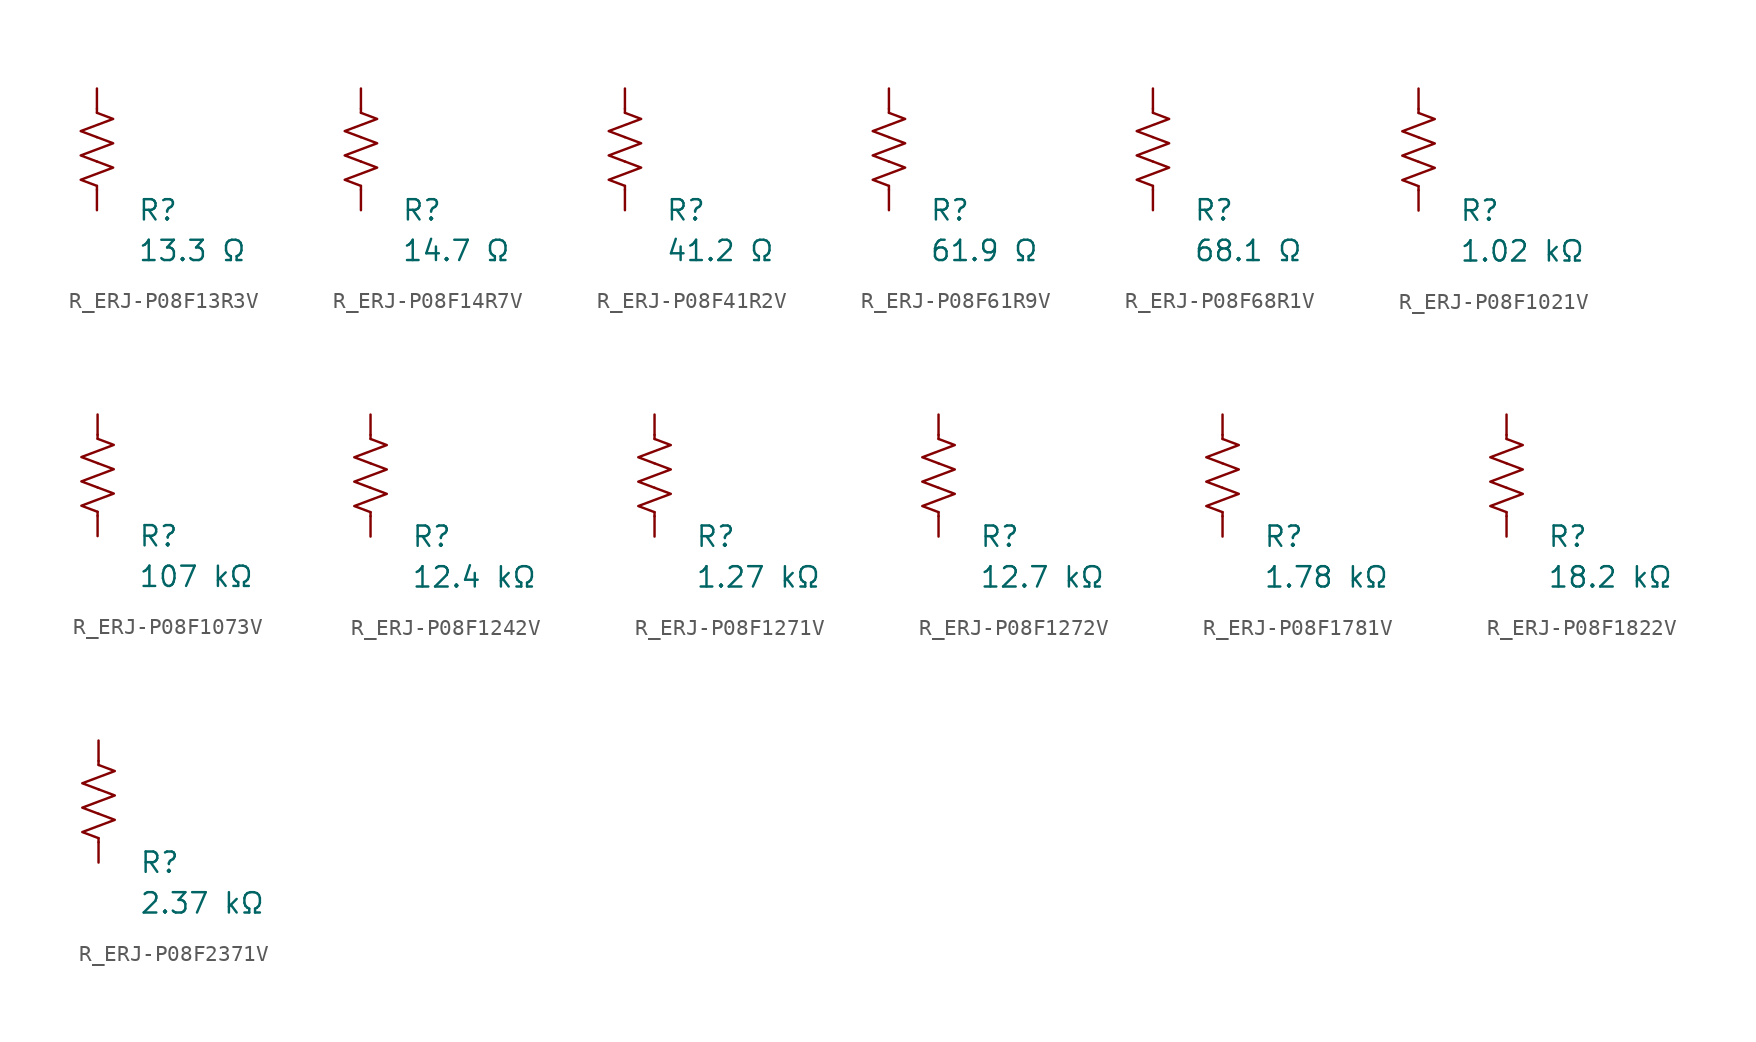
<source format=kicad_sym>
(kicad_symbol_lib
  (version 20231120)
  (generator "kicad_symbol_editor")
  (generator_version "8.0")
  (symbol "R_ERJ-P08F13R3V"
    (pin_numbers hide)
    (pin_names
      (offset 0))
    (property "Reference" "R"
      (at 2.54 -3.81 0)
      (effects (font (size 1.27 1.27)) (justify left))
      (show_name no))
    (property "Value" "13.3 Ω"
      (at 2.54 -6.35 0)
      (effects (font (size 1.27 1.27)) (justify left))
      (show_name no))
    (symbol "R_ERJ-P08F13R3V_0_1"
      (polyline (pts (xy 0 -2.286) (xy 0 -2.54)) (stroke (width 0) (type default)) (fill (type none)))
      (polyline (pts (xy 0 2.286) (xy 0 2.54)) (stroke (width 0) (type default)) (fill (type none)))
      (polyline (pts (xy 0 -0.762) (xy 1.016 -1.143) (xy 0 -1.524) (xy -1.016 -1.905) (xy 0 -2.286)) (stroke (width 0) (type default)) (fill (type none)))
      (polyline (pts (xy 0 0.762) (xy 1.016 0.381) (xy 0 0) (xy -1.016 -0.381) (xy 0 -0.762)) (stroke (width 0) (type default)) (fill (type none)))
      (polyline (pts (xy 0 2.286) (xy 1.016 1.905) (xy 0 1.524) (xy -1.016 1.143) (xy 0 0.762)) (stroke (width 0) (type default)) (fill (type none))))
    (symbol "R_ERJ-P08F13R3V_1_1"
      (pin passive line (at 0 3.81 270) (length 1.27) (name "~" (effects (font (size 1.27 1.27)))) (number "1" (effects (font (size 1.27 1.27)))))
      (pin passive line (at 0 -3.81 90) (length 1.27) (name "~" (effects (font (size 1.27 1.27)))) (number "2" (effects (font (size 1.27 1.27)))))))
  (symbol "R_ERJ-P08F14R7V"
    (pin_numbers hide)
    (pin_names
      (offset 0))
    (property "Reference" "R"
      (at 2.54 -3.81 0)
      (effects (font (size 1.27 1.27)) (justify left))
      (show_name no))
    (property "Value" "14.7 Ω"
      (at 2.54 -6.35 0)
      (effects (font (size 1.27 1.27)) (justify left))
      (show_name no))
    (symbol "R_ERJ-P08F14R7V_0_1"
      (polyline (pts (xy 0 -2.286) (xy 0 -2.54)) (stroke (width 0) (type default)) (fill (type none)))
      (polyline (pts (xy 0 2.286) (xy 0 2.54)) (stroke (width 0) (type default)) (fill (type none)))
      (polyline (pts (xy 0 -0.762) (xy 1.016 -1.143) (xy 0 -1.524) (xy -1.016 -1.905) (xy 0 -2.286)) (stroke (width 0) (type default)) (fill (type none)))
      (polyline (pts (xy 0 0.762) (xy 1.016 0.381) (xy 0 0) (xy -1.016 -0.381) (xy 0 -0.762)) (stroke (width 0) (type default)) (fill (type none)))
      (polyline (pts (xy 0 2.286) (xy 1.016 1.905) (xy 0 1.524) (xy -1.016 1.143) (xy 0 0.762)) (stroke (width 0) (type default)) (fill (type none))))
    (symbol "R_ERJ-P08F14R7V_1_1"
      (pin passive line (at 0 3.81 270) (length 1.27) (name "~" (effects (font (size 1.27 1.27)))) (number "1" (effects (font (size 1.27 1.27)))))
      (pin passive line (at 0 -3.81 90) (length 1.27) (name "~" (effects (font (size 1.27 1.27)))) (number "2" (effects (font (size 1.27 1.27)))))))
  (symbol "R_ERJ-P08F41R2V"
    (pin_numbers hide)
    (pin_names
      (offset 0))
    (property "Reference" "R"
      (at 2.54 -3.81 0)
      (effects (font (size 1.27 1.27)) (justify left))
      (show_name no))
    (property "Value" "41.2 Ω"
      (at 2.54 -6.35 0)
      (effects (font (size 1.27 1.27)) (justify left))
      (show_name no))
    (symbol "R_ERJ-P08F41R2V_0_1"
      (polyline (pts (xy 0 -2.286) (xy 0 -2.54)) (stroke (width 0) (type default)) (fill (type none)))
      (polyline (pts (xy 0 2.286) (xy 0 2.54)) (stroke (width 0) (type default)) (fill (type none)))
      (polyline (pts (xy 0 -0.762) (xy 1.016 -1.143) (xy 0 -1.524) (xy -1.016 -1.905) (xy 0 -2.286)) (stroke (width 0) (type default)) (fill (type none)))
      (polyline (pts (xy 0 0.762) (xy 1.016 0.381) (xy 0 0) (xy -1.016 -0.381) (xy 0 -0.762)) (stroke (width 0) (type default)) (fill (type none)))
      (polyline (pts (xy 0 2.286) (xy 1.016 1.905) (xy 0 1.524) (xy -1.016 1.143) (xy 0 0.762)) (stroke (width 0) (type default)) (fill (type none))))
    (symbol "R_ERJ-P08F41R2V_1_1"
      (pin passive line (at 0 3.81 270) (length 1.27) (name "~" (effects (font (size 1.27 1.27)))) (number "1" (effects (font (size 1.27 1.27)))))
      (pin passive line (at 0 -3.81 90) (length 1.27) (name "~" (effects (font (size 1.27 1.27)))) (number "2" (effects (font (size 1.27 1.27)))))))
  (symbol "R_ERJ-P08F61R9V"
    (pin_numbers hide)
    (pin_names
      (offset 0))
    (property "Reference" "R"
      (at 2.54 -3.81 0)
      (effects (font (size 1.27 1.27)) (justify left))
      (show_name no))
    (property "Value" "61.9 Ω"
      (at 2.54 -6.35 0)
      (effects (font (size 1.27 1.27)) (justify left))
      (show_name no))
    (symbol "R_ERJ-P08F61R9V_0_1"
      (polyline (pts (xy 0 -2.286) (xy 0 -2.54)) (stroke (width 0) (type default)) (fill (type none)))
      (polyline (pts (xy 0 2.286) (xy 0 2.54)) (stroke (width 0) (type default)) (fill (type none)))
      (polyline (pts (xy 0 -0.762) (xy 1.016 -1.143) (xy 0 -1.524) (xy -1.016 -1.905) (xy 0 -2.286)) (stroke (width 0) (type default)) (fill (type none)))
      (polyline (pts (xy 0 0.762) (xy 1.016 0.381) (xy 0 0) (xy -1.016 -0.381) (xy 0 -0.762)) (stroke (width 0) (type default)) (fill (type none)))
      (polyline (pts (xy 0 2.286) (xy 1.016 1.905) (xy 0 1.524) (xy -1.016 1.143) (xy 0 0.762)) (stroke (width 0) (type default)) (fill (type none))))
    (symbol "R_ERJ-P08F61R9V_1_1"
      (pin passive line (at 0 3.81 270) (length 1.27) (name "~" (effects (font (size 1.27 1.27)))) (number "1" (effects (font (size 1.27 1.27)))))
      (pin passive line (at 0 -3.81 90) (length 1.27) (name "~" (effects (font (size 1.27 1.27)))) (number "2" (effects (font (size 1.27 1.27)))))))
  (symbol "R_ERJ-P08F68R1V"
    (pin_numbers hide)
    (pin_names
      (offset 0))
    (property "Reference" "R"
      (at 2.54 -3.81 0)
      (effects (font (size 1.27 1.27)) (justify left))
      (show_name no))
    (property "Value" "68.1 Ω"
      (at 2.54 -6.35 0)
      (effects (font (size 1.27 1.27)) (justify left))
      (show_name no))
    (symbol "R_ERJ-P08F68R1V_0_1"
      (polyline (pts (xy 0 -2.286) (xy 0 -2.54)) (stroke (width 0) (type default)) (fill (type none)))
      (polyline (pts (xy 0 2.286) (xy 0 2.54)) (stroke (width 0) (type default)) (fill (type none)))
      (polyline (pts (xy 0 -0.762) (xy 1.016 -1.143) (xy 0 -1.524) (xy -1.016 -1.905) (xy 0 -2.286)) (stroke (width 0) (type default)) (fill (type none)))
      (polyline (pts (xy 0 0.762) (xy 1.016 0.381) (xy 0 0) (xy -1.016 -0.381) (xy 0 -0.762)) (stroke (width 0) (type default)) (fill (type none)))
      (polyline (pts (xy 0 2.286) (xy 1.016 1.905) (xy 0 1.524) (xy -1.016 1.143) (xy 0 0.762)) (stroke (width 0) (type default)) (fill (type none))))
    (symbol "R_ERJ-P08F68R1V_1_1"
      (pin passive line (at 0 3.81 270) (length 1.27) (name "~" (effects (font (size 1.27 1.27)))) (number "1" (effects (font (size 1.27 1.27)))))
      (pin passive line (at 0 -3.81 90) (length 1.27) (name "~" (effects (font (size 1.27 1.27)))) (number "2" (effects (font (size 1.27 1.27)))))))
  (symbol "R_ERJ-P08F1021V"
    (pin_numbers hide)
    (pin_names
      (offset 0))
    (property "Reference" "R"
      (at 2.54 -3.81 0)
      (effects (font (size 1.27 1.27)) (justify left))
      (show_name no))
    (property "Value" "1.02 kΩ"
      (at 2.54 -6.35 0)
      (effects (font (size 1.27 1.27)) (justify left))
      (show_name no))
    (symbol "R_ERJ-P08F1021V_0_1"
      (polyline (pts (xy 0 -2.286) (xy 0 -2.54)) (stroke (width 0) (type default)) (fill (type none)))
      (polyline (pts (xy 0 2.286) (xy 0 2.54)) (stroke (width 0) (type default)) (fill (type none)))
      (polyline (pts (xy 0 -0.762) (xy 1.016 -1.143) (xy 0 -1.524) (xy -1.016 -1.905) (xy 0 -2.286)) (stroke (width 0) (type default)) (fill (type none)))
      (polyline (pts (xy 0 0.762) (xy 1.016 0.381) (xy 0 0) (xy -1.016 -0.381) (xy 0 -0.762)) (stroke (width 0) (type default)) (fill (type none)))
      (polyline (pts (xy 0 2.286) (xy 1.016 1.905) (xy 0 1.524) (xy -1.016 1.143) (xy 0 0.762)) (stroke (width 0) (type default)) (fill (type none))))
    (symbol "R_ERJ-P08F1021V_1_1"
      (pin passive line (at 0 3.81 270) (length 1.27) (name "~" (effects (font (size 1.27 1.27)))) (number "1" (effects (font (size 1.27 1.27)))))
      (pin passive line (at 0 -3.81 90) (length 1.27) (name "~" (effects (font (size 1.27 1.27)))) (number "2" (effects (font (size 1.27 1.27)))))))
  (symbol "R_ERJ-P08F1073V"
    (pin_numbers hide)
    (pin_names
      (offset 0))
    (property "Reference" "R"
      (at 2.54 -3.81 0)
      (effects (font (size 1.27 1.27)) (justify left))
      (show_name no))
    (property "Value" "107 kΩ"
      (at 2.54 -6.35 0)
      (effects (font (size 1.27 1.27)) (justify left))
      (show_name no))
    (symbol "R_ERJ-P08F1073V_0_1"
      (polyline (pts (xy 0 -2.286) (xy 0 -2.54)) (stroke (width 0) (type default)) (fill (type none)))
      (polyline (pts (xy 0 2.286) (xy 0 2.54)) (stroke (width 0) (type default)) (fill (type none)))
      (polyline (pts (xy 0 -0.762) (xy 1.016 -1.143) (xy 0 -1.524) (xy -1.016 -1.905) (xy 0 -2.286)) (stroke (width 0) (type default)) (fill (type none)))
      (polyline (pts (xy 0 0.762) (xy 1.016 0.381) (xy 0 0) (xy -1.016 -0.381) (xy 0 -0.762)) (stroke (width 0) (type default)) (fill (type none)))
      (polyline (pts (xy 0 2.286) (xy 1.016 1.905) (xy 0 1.524) (xy -1.016 1.143) (xy 0 0.762)) (stroke (width 0) (type default)) (fill (type none))))
    (symbol "R_ERJ-P08F1073V_1_1"
      (pin passive line (at 0 3.81 270) (length 1.27) (name "~" (effects (font (size 1.27 1.27)))) (number "1" (effects (font (size 1.27 1.27)))))
      (pin passive line (at 0 -3.81 90) (length 1.27) (name "~" (effects (font (size 1.27 1.27)))) (number "2" (effects (font (size 1.27 1.27)))))))
  (symbol "R_ERJ-P08F1242V"
    (pin_numbers hide)
    (pin_names
      (offset 0))
    (property "Reference" "R"
      (at 2.54 -3.81 0)
      (effects (font (size 1.27 1.27)) (justify left))
      (show_name no))
    (property "Value" "12.4 kΩ"
      (at 2.54 -6.35 0)
      (effects (font (size 1.27 1.27)) (justify left))
      (show_name no))
    (symbol "R_ERJ-P08F1242V_0_1"
      (polyline (pts (xy 0 -2.286) (xy 0 -2.54)) (stroke (width 0) (type default)) (fill (type none)))
      (polyline (pts (xy 0 2.286) (xy 0 2.54)) (stroke (width 0) (type default)) (fill (type none)))
      (polyline (pts (xy 0 -0.762) (xy 1.016 -1.143) (xy 0 -1.524) (xy -1.016 -1.905) (xy 0 -2.286)) (stroke (width 0) (type default)) (fill (type none)))
      (polyline (pts (xy 0 0.762) (xy 1.016 0.381) (xy 0 0) (xy -1.016 -0.381) (xy 0 -0.762)) (stroke (width 0) (type default)) (fill (type none)))
      (polyline (pts (xy 0 2.286) (xy 1.016 1.905) (xy 0 1.524) (xy -1.016 1.143) (xy 0 0.762)) (stroke (width 0) (type default)) (fill (type none))))
    (symbol "R_ERJ-P08F1242V_1_1"
      (pin passive line (at 0 3.81 270) (length 1.27) (name "~" (effects (font (size 1.27 1.27)))) (number "1" (effects (font (size 1.27 1.27)))))
      (pin passive line (at 0 -3.81 90) (length 1.27) (name "~" (effects (font (size 1.27 1.27)))) (number "2" (effects (font (size 1.27 1.27)))))))
  (symbol "R_ERJ-P08F1271V"
    (pin_numbers hide)
    (pin_names
      (offset 0))
    (property "Reference" "R"
      (at 2.54 -3.81 0)
      (effects (font (size 1.27 1.27)) (justify left))
      (show_name no))
    (property "Value" "1.27 kΩ"
      (at 2.54 -6.35 0)
      (effects (font (size 1.27 1.27)) (justify left))
      (show_name no))
    (symbol "R_ERJ-P08F1271V_0_1"
      (polyline (pts (xy 0 -2.286) (xy 0 -2.54)) (stroke (width 0) (type default)) (fill (type none)))
      (polyline (pts (xy 0 2.286) (xy 0 2.54)) (stroke (width 0) (type default)) (fill (type none)))
      (polyline (pts (xy 0 -0.762) (xy 1.016 -1.143) (xy 0 -1.524) (xy -1.016 -1.905) (xy 0 -2.286)) (stroke (width 0) (type default)) (fill (type none)))
      (polyline (pts (xy 0 0.762) (xy 1.016 0.381) (xy 0 0) (xy -1.016 -0.381) (xy 0 -0.762)) (stroke (width 0) (type default)) (fill (type none)))
      (polyline (pts (xy 0 2.286) (xy 1.016 1.905) (xy 0 1.524) (xy -1.016 1.143) (xy 0 0.762)) (stroke (width 0) (type default)) (fill (type none))))
    (symbol "R_ERJ-P08F1271V_1_1"
      (pin passive line (at 0 3.81 270) (length 1.27) (name "~" (effects (font (size 1.27 1.27)))) (number "1" (effects (font (size 1.27 1.27)))))
      (pin passive line (at 0 -3.81 90) (length 1.27) (name "~" (effects (font (size 1.27 1.27)))) (number "2" (effects (font (size 1.27 1.27)))))))
  (symbol "R_ERJ-P08F1272V"
    (pin_numbers hide)
    (pin_names
      (offset 0))
    (property "Reference" "R"
      (at 2.54 -3.81 0)
      (effects (font (size 1.27 1.27)) (justify left))
      (show_name no))
    (property "Value" "12.7 kΩ"
      (at 2.54 -6.35 0)
      (effects (font (size 1.27 1.27)) (justify left))
      (show_name no))
    (symbol "R_ERJ-P08F1272V_0_1"
      (polyline (pts (xy 0 -2.286) (xy 0 -2.54)) (stroke (width 0) (type default)) (fill (type none)))
      (polyline (pts (xy 0 2.286) (xy 0 2.54)) (stroke (width 0) (type default)) (fill (type none)))
      (polyline (pts (xy 0 -0.762) (xy 1.016 -1.143) (xy 0 -1.524) (xy -1.016 -1.905) (xy 0 -2.286)) (stroke (width 0) (type default)) (fill (type none)))
      (polyline (pts (xy 0 0.762) (xy 1.016 0.381) (xy 0 0) (xy -1.016 -0.381) (xy 0 -0.762)) (stroke (width 0) (type default)) (fill (type none)))
      (polyline (pts (xy 0 2.286) (xy 1.016 1.905) (xy 0 1.524) (xy -1.016 1.143) (xy 0 0.762)) (stroke (width 0) (type default)) (fill (type none))))
    (symbol "R_ERJ-P08F1272V_1_1"
      (pin passive line (at 0 3.81 270) (length 1.27) (name "~" (effects (font (size 1.27 1.27)))) (number "1" (effects (font (size 1.27 1.27)))))
      (pin passive line (at 0 -3.81 90) (length 1.27) (name "~" (effects (font (size 1.27 1.27)))) (number "2" (effects (font (size 1.27 1.27)))))))
  (symbol "R_ERJ-P08F1781V"
    (pin_numbers hide)
    (pin_names
      (offset 0))
    (property "Reference" "R"
      (at 2.54 -3.81 0)
      (effects (font (size 1.27 1.27)) (justify left))
      (show_name no))
    (property "Value" "1.78 kΩ"
      (at 2.54 -6.35 0)
      (effects (font (size 1.27 1.27)) (justify left))
      (show_name no))
    (symbol "R_ERJ-P08F1781V_0_1"
      (polyline (pts (xy 0 -2.286) (xy 0 -2.54)) (stroke (width 0) (type default)) (fill (type none)))
      (polyline (pts (xy 0 2.286) (xy 0 2.54)) (stroke (width 0) (type default)) (fill (type none)))
      (polyline (pts (xy 0 -0.762) (xy 1.016 -1.143) (xy 0 -1.524) (xy -1.016 -1.905) (xy 0 -2.286)) (stroke (width 0) (type default)) (fill (type none)))
      (polyline (pts (xy 0 0.762) (xy 1.016 0.381) (xy 0 0) (xy -1.016 -0.381) (xy 0 -0.762)) (stroke (width 0) (type default)) (fill (type none)))
      (polyline (pts (xy 0 2.286) (xy 1.016 1.905) (xy 0 1.524) (xy -1.016 1.143) (xy 0 0.762)) (stroke (width 0) (type default)) (fill (type none))))
    (symbol "R_ERJ-P08F1781V_1_1"
      (pin passive line (at 0 3.81 270) (length 1.27) (name "~" (effects (font (size 1.27 1.27)))) (number "1" (effects (font (size 1.27 1.27)))))
      (pin passive line (at 0 -3.81 90) (length 1.27) (name "~" (effects (font (size 1.27 1.27)))) (number "2" (effects (font (size 1.27 1.27)))))))
  (symbol "R_ERJ-P08F1822V"
    (pin_numbers hide)
    (pin_names
      (offset 0))
    (property "Reference" "R"
      (at 2.54 -3.81 0)
      (effects (font (size 1.27 1.27)) (justify left))
      (show_name no))
    (property "Value" "18.2 kΩ"
      (at 2.54 -6.35 0)
      (effects (font (size 1.27 1.27)) (justify left))
      (show_name no))
    (symbol "R_ERJ-P08F1822V_0_1"
      (polyline (pts (xy 0 -2.286) (xy 0 -2.54)) (stroke (width 0) (type default)) (fill (type none)))
      (polyline (pts (xy 0 2.286) (xy 0 2.54)) (stroke (width 0) (type default)) (fill (type none)))
      (polyline (pts (xy 0 -0.762) (xy 1.016 -1.143) (xy 0 -1.524) (xy -1.016 -1.905) (xy 0 -2.286)) (stroke (width 0) (type default)) (fill (type none)))
      (polyline (pts (xy 0 0.762) (xy 1.016 0.381) (xy 0 0) (xy -1.016 -0.381) (xy 0 -0.762)) (stroke (width 0) (type default)) (fill (type none)))
      (polyline (pts (xy 0 2.286) (xy 1.016 1.905) (xy 0 1.524) (xy -1.016 1.143) (xy 0 0.762)) (stroke (width 0) (type default)) (fill (type none))))
    (symbol "R_ERJ-P08F1822V_1_1"
      (pin passive line (at 0 3.81 270) (length 1.27) (name "~" (effects (font (size 1.27 1.27)))) (number "1" (effects (font (size 1.27 1.27)))))
      (pin passive line (at 0 -3.81 90) (length 1.27) (name "~" (effects (font (size 1.27 1.27)))) (number "2" (effects (font (size 1.27 1.27)))))))
  (symbol "R_ERJ-P08F2371V"
    (pin_numbers hide)
    (pin_names
      (offset 0))
    (property "Reference" "R"
      (at 2.54 -3.81 0)
      (effects (font (size 1.27 1.27)) (justify left))
      (show_name no))
    (property "Value" "2.37 kΩ"
      (at 2.54 -6.35 0)
      (effects (font (size 1.27 1.27)) (justify left))
      (show_name no))
    (symbol "R_ERJ-P08F2371V_0_1"
      (polyline (pts (xy 0 -2.286) (xy 0 -2.54)) (stroke (width 0) (type default)) (fill (type none)))
      (polyline (pts (xy 0 2.286) (xy 0 2.54)) (stroke (width 0) (type default)) (fill (type none)))
      (polyline (pts (xy 0 -0.762) (xy 1.016 -1.143) (xy 0 -1.524) (xy -1.016 -1.905) (xy 0 -2.286)) (stroke (width 0) (type default)) (fill (type none)))
      (polyline (pts (xy 0 0.762) (xy 1.016 0.381) (xy 0 0) (xy -1.016 -0.381) (xy 0 -0.762)) (stroke (width 0) (type default)) (fill (type none)))
      (polyline (pts (xy 0 2.286) (xy 1.016 1.905) (xy 0 1.524) (xy -1.016 1.143) (xy 0 0.762)) (stroke (width 0) (type default)) (fill (type none))))
    (symbol "R_ERJ-P08F2371V_1_1"
      (pin passive line (at 0 3.81 270) (length 1.27) (name "~" (effects (font (size 1.27 1.27)))) (number "1" (effects (font (size 1.27 1.27)))))
      (pin passive line (at 0 -3.81 90) (length 1.27) (name "~" (effects (font (size 1.27 1.27)))) (number "2" (effects (font (size 1.27 1.27))))))))
</source>
